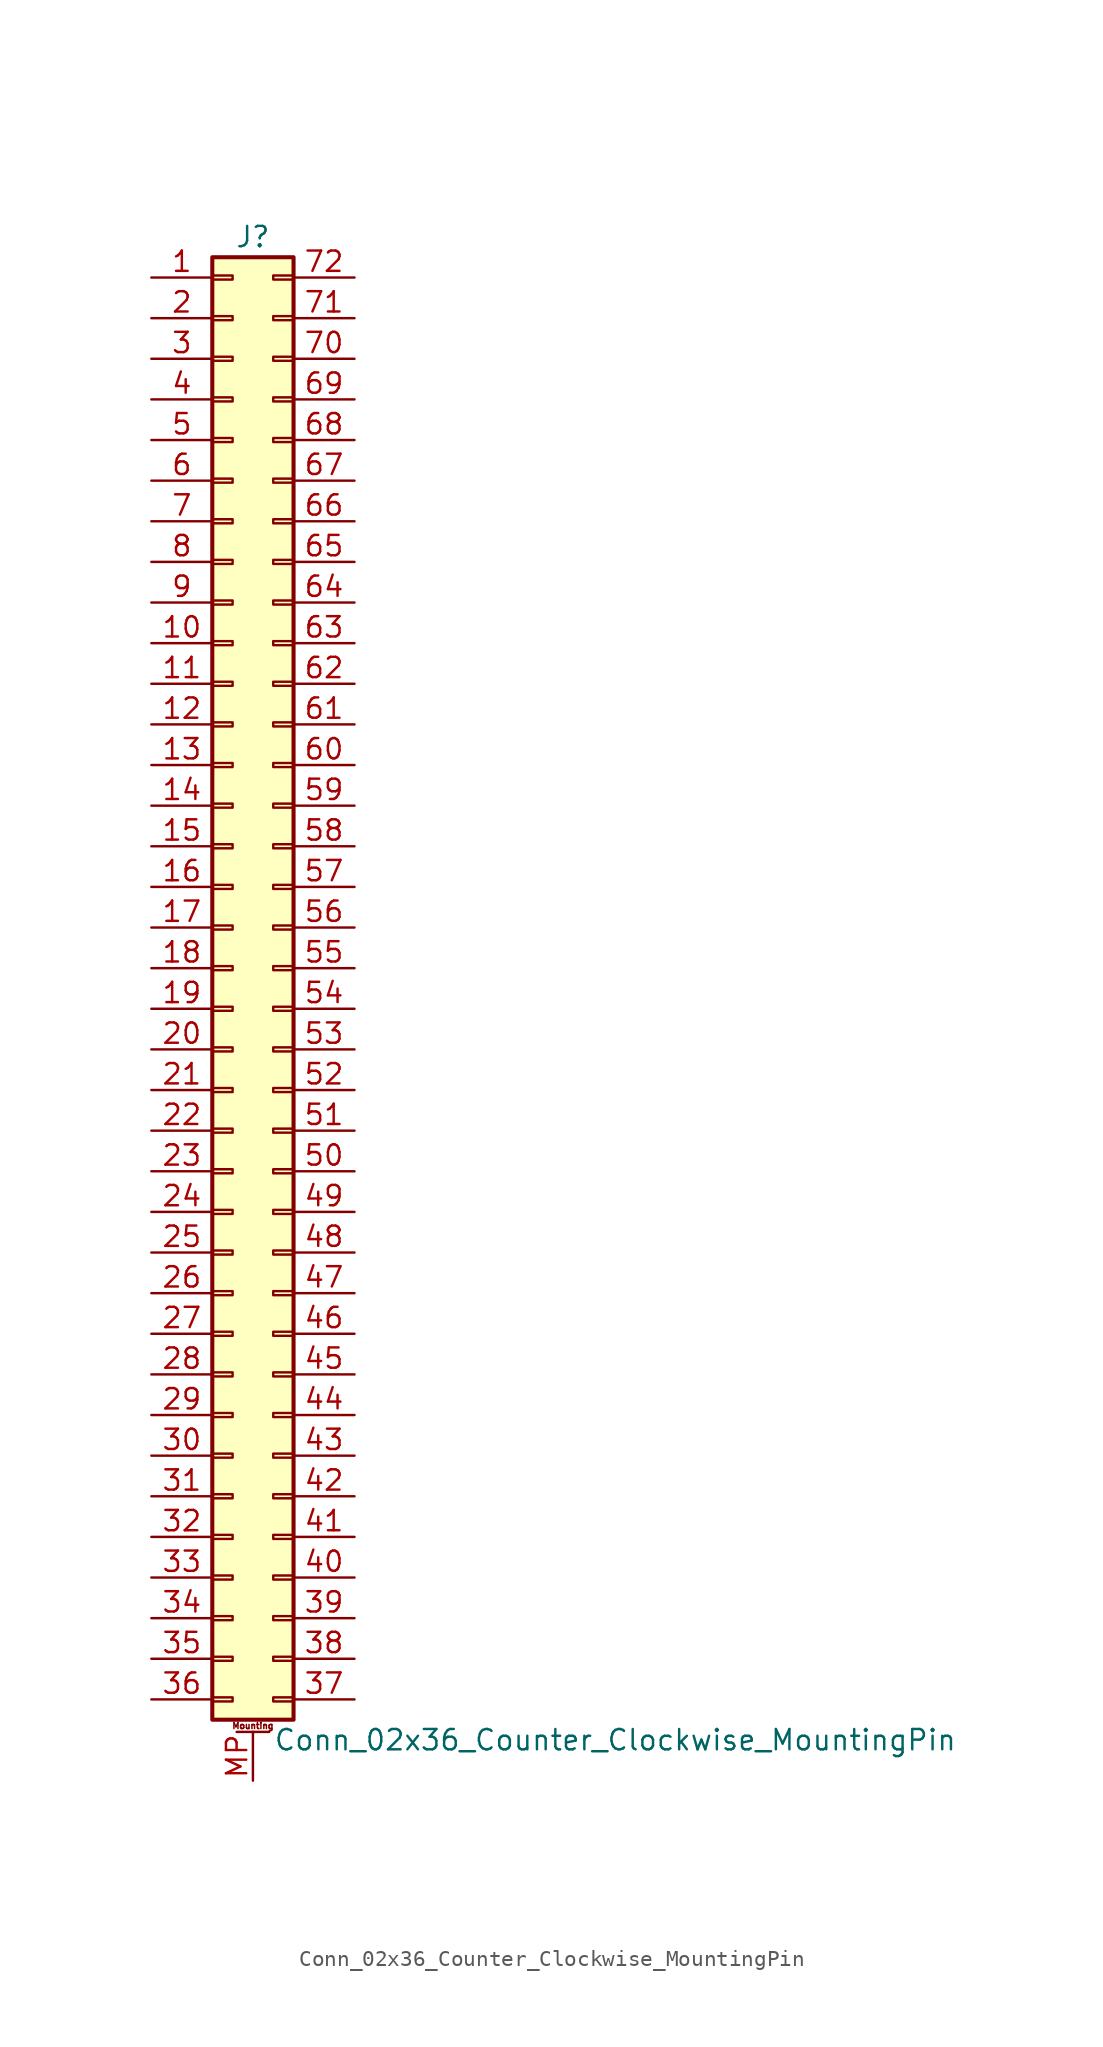
<source format=kicad_sym>
(kicad_symbol_lib
  (version 20220914)
  (generator kicad_symbol_editor)
  (symbol "Conn_02x36_Counter_Clockwise_MountingPin"
    (pin_names
      (offset 1.016) hide)
    (property "Reference" "J"
      (at 1.27 45.72 0)
      (effects (font (size 1.27 1.27))))
    (property "Value" "Conn_02x36_Counter_Clockwise_MountingPin"
      (at 2.54 -48.26 0)
      (effects (font (size 1.27 1.27)) (justify left)))
    (symbol "Conn_02x36_Counter_Clockwise_MountingPin_1_1"
      (rectangle (start -1.27 -45.593) (end 0 -45.847) (stroke (width 0.152) (type default)) (fill (type none)))
      (rectangle (start -1.27 -43.053) (end 0 -43.307) (stroke (width 0.152) (type default)) (fill (type none)))
      (rectangle (start -1.27 -40.513) (end 0 -40.767) (stroke (width 0.152) (type default)) (fill (type none)))
      (rectangle (start -1.27 -37.973) (end 0 -38.227) (stroke (width 0.152) (type default)) (fill (type none)))
      (rectangle (start -1.27 -35.433) (end 0 -35.687) (stroke (width 0.152) (type default)) (fill (type none)))
      (rectangle (start -1.27 -32.893) (end 0 -33.147) (stroke (width 0.152) (type default)) (fill (type none)))
      (rectangle (start -1.27 -30.353) (end 0 -30.607) (stroke (width 0.152) (type default)) (fill (type none)))
      (rectangle (start -1.27 -27.813) (end 0 -28.067) (stroke (width 0.152) (type default)) (fill (type none)))
      (rectangle (start -1.27 -25.273) (end 0 -25.527) (stroke (width 0.152) (type default)) (fill (type none)))
      (rectangle (start -1.27 -22.733) (end 0 -22.987) (stroke (width 0.152) (type default)) (fill (type none)))
      (rectangle (start -1.27 -20.193) (end 0 -20.447) (stroke (width 0.152) (type default)) (fill (type none)))
      (rectangle (start -1.27 -17.653) (end 0 -17.907) (stroke (width 0.152) (type default)) (fill (type none)))
      (rectangle (start -1.27 -15.113) (end 0 -15.367) (stroke (width 0.152) (type default)) (fill (type none)))
      (rectangle (start -1.27 -12.573) (end 0 -12.827) (stroke (width 0.152) (type default)) (fill (type none)))
      (rectangle (start -1.27 -10.033) (end 0 -10.287) (stroke (width 0.152) (type default)) (fill (type none)))
      (rectangle (start -1.27 -7.493) (end 0 -7.747) (stroke (width 0.152) (type default)) (fill (type none)))
      (rectangle (start -1.27 -4.953) (end 0 -5.207) (stroke (width 0.152) (type default)) (fill (type none)))
      (rectangle (start -1.27 -2.413) (end 0 -2.667) (stroke (width 0.152) (type default)) (fill (type none)))
      (rectangle (start -1.27 0.127) (end 0 -0.127) (stroke (width 0.152) (type default)) (fill (type none)))
      (rectangle (start -1.27 2.667) (end 0 2.413) (stroke (width 0.152) (type default)) (fill (type none)))
      (rectangle (start -1.27 5.207) (end 0 4.953) (stroke (width 0.152) (type default)) (fill (type none)))
      (rectangle (start -1.27 7.747) (end 0 7.493) (stroke (width 0.152) (type default)) (fill (type none)))
      (rectangle (start -1.27 10.287) (end 0 10.033) (stroke (width 0.152) (type default)) (fill (type none)))
      (rectangle (start -1.27 12.827) (end 0 12.573) (stroke (width 0.152) (type default)) (fill (type none)))
      (rectangle (start -1.27 15.367) (end 0 15.113) (stroke (width 0.152) (type default)) (fill (type none)))
      (rectangle (start -1.27 17.907) (end 0 17.653) (stroke (width 0.152) (type default)) (fill (type none)))
      (rectangle (start -1.27 20.447) (end 0 20.193) (stroke (width 0.152) (type default)) (fill (type none)))
      (rectangle (start -1.27 22.987) (end 0 22.733) (stroke (width 0.152) (type default)) (fill (type none)))
      (rectangle (start -1.27 25.527) (end 0 25.273) (stroke (width 0.152) (type default)) (fill (type none)))
      (rectangle (start -1.27 28.067) (end 0 27.813) (stroke (width 0.152) (type default)) (fill (type none)))
      (rectangle (start -1.27 30.607) (end 0 30.353) (stroke (width 0.152) (type default)) (fill (type none)))
      (rectangle (start -1.27 33.147) (end 0 32.893) (stroke (width 0.152) (type default)) (fill (type none)))
      (rectangle (start -1.27 35.687) (end 0 35.433) (stroke (width 0.152) (type default)) (fill (type none)))
      (rectangle (start -1.27 38.227) (end 0 37.973) (stroke (width 0.152) (type default)) (fill (type none)))
      (rectangle (start -1.27 40.767) (end 0 40.513) (stroke (width 0.152) (type default)) (fill (type none)))
      (rectangle (start -1.27 43.307) (end 0 43.053) (stroke (width 0.152) (type default)) (fill (type none)))
      (rectangle (start -1.27 44.45) (end 3.81 -46.99) (stroke (width 0.254) (type default)) (fill (type background)))
      (polyline (pts (xy 0.254 -47.752) (xy 2.286 -47.752)) (stroke (width 0.152) (type default)) (fill (type none)))
      (rectangle (start 3.81 -45.593) (end 2.54 -45.847) (stroke (width 0.152) (type default)) (fill (type none)))
      (rectangle (start 3.81 -43.053) (end 2.54 -43.307) (stroke (width 0.152) (type default)) (fill (type none)))
      (rectangle (start 3.81 -40.513) (end 2.54 -40.767) (stroke (width 0.152) (type default)) (fill (type none)))
      (rectangle (start 3.81 -37.973) (end 2.54 -38.227) (stroke (width 0.152) (type default)) (fill (type none)))
      (rectangle (start 3.81 -35.433) (end 2.54 -35.687) (stroke (width 0.152) (type default)) (fill (type none)))
      (rectangle (start 3.81 -32.893) (end 2.54 -33.147) (stroke (width 0.152) (type default)) (fill (type none)))
      (rectangle (start 3.81 -30.353) (end 2.54 -30.607) (stroke (width 0.152) (type default)) (fill (type none)))
      (rectangle (start 3.81 -27.813) (end 2.54 -28.067) (stroke (width 0.152) (type default)) (fill (type none)))
      (rectangle (start 3.81 -25.273) (end 2.54 -25.527) (stroke (width 0.152) (type default)) (fill (type none)))
      (rectangle (start 3.81 -22.733) (end 2.54 -22.987) (stroke (width 0.152) (type default)) (fill (type none)))
      (rectangle (start 3.81 -20.193) (end 2.54 -20.447) (stroke (width 0.152) (type default)) (fill (type none)))
      (rectangle (start 3.81 -17.653) (end 2.54 -17.907) (stroke (width 0.152) (type default)) (fill (type none)))
      (rectangle (start 3.81 -15.113) (end 2.54 -15.367) (stroke (width 0.152) (type default)) (fill (type none)))
      (rectangle (start 3.81 -12.573) (end 2.54 -12.827) (stroke (width 0.152) (type default)) (fill (type none)))
      (rectangle (start 3.81 -10.033) (end 2.54 -10.287) (stroke (width 0.152) (type default)) (fill (type none)))
      (rectangle (start 3.81 -7.493) (end 2.54 -7.747) (stroke (width 0.152) (type default)) (fill (type none)))
      (rectangle (start 3.81 -4.953) (end 2.54 -5.207) (stroke (width 0.152) (type default)) (fill (type none)))
      (rectangle (start 3.81 -2.413) (end 2.54 -2.667) (stroke (width 0.152) (type default)) (fill (type none)))
      (rectangle (start 3.81 0.127) (end 2.54 -0.127) (stroke (width 0.152) (type default)) (fill (type none)))
      (rectangle (start 3.81 2.667) (end 2.54 2.413) (stroke (width 0.152) (type default)) (fill (type none)))
      (rectangle (start 3.81 5.207) (end 2.54 4.953) (stroke (width 0.152) (type default)) (fill (type none)))
      (rectangle (start 3.81 7.747) (end 2.54 7.493) (stroke (width 0.152) (type default)) (fill (type none)))
      (rectangle (start 3.81 10.287) (end 2.54 10.033) (stroke (width 0.152) (type default)) (fill (type none)))
      (rectangle (start 3.81 12.827) (end 2.54 12.573) (stroke (width 0.152) (type default)) (fill (type none)))
      (rectangle (start 3.81 15.367) (end 2.54 15.113) (stroke (width 0.152) (type default)) (fill (type none)))
      (rectangle (start 3.81 17.907) (end 2.54 17.653) (stroke (width 0.152) (type default)) (fill (type none)))
      (rectangle (start 3.81 20.447) (end 2.54 20.193) (stroke (width 0.152) (type default)) (fill (type none)))
      (rectangle (start 3.81 22.987) (end 2.54 22.733) (stroke (width 0.152) (type default)) (fill (type none)))
      (rectangle (start 3.81 25.527) (end 2.54 25.273) (stroke (width 0.152) (type default)) (fill (type none)))
      (rectangle (start 3.81 28.067) (end 2.54 27.813) (stroke (width 0.152) (type default)) (fill (type none)))
      (rectangle (start 3.81 30.607) (end 2.54 30.353) (stroke (width 0.152) (type default)) (fill (type none)))
      (rectangle (start 3.81 33.147) (end 2.54 32.893) (stroke (width 0.152) (type default)) (fill (type none)))
      (rectangle (start 3.81 35.687) (end 2.54 35.433) (stroke (width 0.152) (type default)) (fill (type none)))
      (rectangle (start 3.81 38.227) (end 2.54 37.973) (stroke (width 0.152) (type default)) (fill (type none)))
      (rectangle (start 3.81 40.767) (end 2.54 40.513) (stroke (width 0.152) (type default)) (fill (type none)))
      (rectangle (start 3.81 43.307) (end 2.54 43.053) (stroke (width 0.152) (type default)) (fill (type none)))
      (text "Mounting" (at 1.27 -47.371 0) (effects (font (size 0.381 0.381))))
      (pin passive line (at -5.08 43.18 0) (length 3.81) (name "Pin_1" (effects (font (size 1.27 1.27)))) (number "1" (effects (font (size 1.27 1.27)))))
      (pin passive line (at -5.08 20.32 0) (length 3.81) (name "Pin_10" (effects (font (size 1.27 1.27)))) (number "10" (effects (font (size 1.27 1.27)))))
      (pin passive line (at -5.08 17.78 0) (length 3.81) (name "Pin_11" (effects (font (size 1.27 1.27)))) (number "11" (effects (font (size 1.27 1.27)))))
      (pin passive line (at -5.08 15.24 0) (length 3.81) (name "Pin_12" (effects (font (size 1.27 1.27)))) (number "12" (effects (font (size 1.27 1.27)))))
      (pin passive line (at -5.08 12.7 0) (length 3.81) (name "Pin_13" (effects (font (size 1.27 1.27)))) (number "13" (effects (font (size 1.27 1.27)))))
      (pin passive line (at -5.08 10.16 0) (length 3.81) (name "Pin_14" (effects (font (size 1.27 1.27)))) (number "14" (effects (font (size 1.27 1.27)))))
      (pin passive line (at -5.08 7.62 0) (length 3.81) (name "Pin_15" (effects (font (size 1.27 1.27)))) (number "15" (effects (font (size 1.27 1.27)))))
      (pin passive line (at -5.08 5.08 0) (length 3.81) (name "Pin_16" (effects (font (size 1.27 1.27)))) (number "16" (effects (font (size 1.27 1.27)))))
      (pin passive line (at -5.08 2.54 0) (length 3.81) (name "Pin_17" (effects (font (size 1.27 1.27)))) (number "17" (effects (font (size 1.27 1.27)))))
      (pin passive line (at -5.08 0 0) (length 3.81) (name "Pin_18" (effects (font (size 1.27 1.27)))) (number "18" (effects (font (size 1.27 1.27)))))
      (pin passive line (at -5.08 -2.54 0) (length 3.81) (name "Pin_19" (effects (font (size 1.27 1.27)))) (number "19" (effects (font (size 1.27 1.27)))))
      (pin passive line (at -5.08 40.64 0) (length 3.81) (name "Pin_2" (effects (font (size 1.27 1.27)))) (number "2" (effects (font (size 1.27 1.27)))))
      (pin passive line (at -5.08 -5.08 0) (length 3.81) (name "Pin_20" (effects (font (size 1.27 1.27)))) (number "20" (effects (font (size 1.27 1.27)))))
      (pin passive line (at -5.08 -7.62 0) (length 3.81) (name "Pin_21" (effects (font (size 1.27 1.27)))) (number "21" (effects (font (size 1.27 1.27)))))
      (pin passive line (at -5.08 -10.16 0) (length 3.81) (name "Pin_22" (effects (font (size 1.27 1.27)))) (number "22" (effects (font (size 1.27 1.27)))))
      (pin passive line (at -5.08 -12.7 0) (length 3.81) (name "Pin_23" (effects (font (size 1.27 1.27)))) (number "23" (effects (font (size 1.27 1.27)))))
      (pin passive line (at -5.08 -15.24 0) (length 3.81) (name "Pin_24" (effects (font (size 1.27 1.27)))) (number "24" (effects (font (size 1.27 1.27)))))
      (pin passive line (at -5.08 -17.78 0) (length 3.81) (name "Pin_25" (effects (font (size 1.27 1.27)))) (number "25" (effects (font (size 1.27 1.27)))))
      (pin passive line (at -5.08 -20.32 0) (length 3.81) (name "Pin_26" (effects (font (size 1.27 1.27)))) (number "26" (effects (font (size 1.27 1.27)))))
      (pin passive line (at -5.08 -22.86 0) (length 3.81) (name "Pin_27" (effects (font (size 1.27 1.27)))) (number "27" (effects (font (size 1.27 1.27)))))
      (pin passive line (at -5.08 -25.4 0) (length 3.81) (name "Pin_28" (effects (font (size 1.27 1.27)))) (number "28" (effects (font (size 1.27 1.27)))))
      (pin passive line (at -5.08 -27.94 0) (length 3.81) (name "Pin_29" (effects (font (size 1.27 1.27)))) (number "29" (effects (font (size 1.27 1.27)))))
      (pin passive line (at -5.08 38.1 0) (length 3.81) (name "Pin_3" (effects (font (size 1.27 1.27)))) (number "3" (effects (font (size 1.27 1.27)))))
      (pin passive line (at -5.08 -30.48 0) (length 3.81) (name "Pin_30" (effects (font (size 1.27 1.27)))) (number "30" (effects (font (size 1.27 1.27)))))
      (pin passive line (at -5.08 -33.02 0) (length 3.81) (name "Pin_31" (effects (font (size 1.27 1.27)))) (number "31" (effects (font (size 1.27 1.27)))))
      (pin passive line (at -5.08 -35.56 0) (length 3.81) (name "Pin_32" (effects (font (size 1.27 1.27)))) (number "32" (effects (font (size 1.27 1.27)))))
      (pin passive line (at -5.08 -38.1 0) (length 3.81) (name "Pin_33" (effects (font (size 1.27 1.27)))) (number "33" (effects (font (size 1.27 1.27)))))
      (pin passive line (at -5.08 -40.64 0) (length 3.81) (name "Pin_34" (effects (font (size 1.27 1.27)))) (number "34" (effects (font (size 1.27 1.27)))))
      (pin passive line (at -5.08 -43.18 0) (length 3.81) (name "Pin_35" (effects (font (size 1.27 1.27)))) (number "35" (effects (font (size 1.27 1.27)))))
      (pin passive line (at -5.08 -45.72 0) (length 3.81) (name "Pin_36" (effects (font (size 1.27 1.27)))) (number "36" (effects (font (size 1.27 1.27)))))
      (pin passive line (at 7.62 -45.72 180) (length 3.81) (name "Pin_37" (effects (font (size 1.27 1.27)))) (number "37" (effects (font (size 1.27 1.27)))))
      (pin passive line (at 7.62 -43.18 180) (length 3.81) (name "Pin_38" (effects (font (size 1.27 1.27)))) (number "38" (effects (font (size 1.27 1.27)))))
      (pin passive line (at 7.62 -40.64 180) (length 3.81) (name "Pin_39" (effects (font (size 1.27 1.27)))) (number "39" (effects (font (size 1.27 1.27)))))
      (pin passive line (at -5.08 35.56 0) (length 3.81) (name "Pin_4" (effects (font (size 1.27 1.27)))) (number "4" (effects (font (size 1.27 1.27)))))
      (pin passive line (at 7.62 -38.1 180) (length 3.81) (name "Pin_40" (effects (font (size 1.27 1.27)))) (number "40" (effects (font (size 1.27 1.27)))))
      (pin passive line (at 7.62 -35.56 180) (length 3.81) (name "Pin_41" (effects (font (size 1.27 1.27)))) (number "41" (effects (font (size 1.27 1.27)))))
      (pin passive line (at 7.62 -33.02 180) (length 3.81) (name "Pin_42" (effects (font (size 1.27 1.27)))) (number "42" (effects (font (size 1.27 1.27)))))
      (pin passive line (at 7.62 -30.48 180) (length 3.81) (name "Pin_43" (effects (font (size 1.27 1.27)))) (number "43" (effects (font (size 1.27 1.27)))))
      (pin passive line (at 7.62 -27.94 180) (length 3.81) (name "Pin_44" (effects (font (size 1.27 1.27)))) (number "44" (effects (font (size 1.27 1.27)))))
      (pin passive line (at 7.62 -25.4 180) (length 3.81) (name "Pin_45" (effects (font (size 1.27 1.27)))) (number "45" (effects (font (size 1.27 1.27)))))
      (pin passive line (at 7.62 -22.86 180) (length 3.81) (name "Pin_46" (effects (font (size 1.27 1.27)))) (number "46" (effects (font (size 1.27 1.27)))))
      (pin passive line (at 7.62 -20.32 180) (length 3.81) (name "Pin_47" (effects (font (size 1.27 1.27)))) (number "47" (effects (font (size 1.27 1.27)))))
      (pin passive line (at 7.62 -17.78 180) (length 3.81) (name "Pin_48" (effects (font (size 1.27 1.27)))) (number "48" (effects (font (size 1.27 1.27)))))
      (pin passive line (at 7.62 -15.24 180) (length 3.81) (name "Pin_49" (effects (font (size 1.27 1.27)))) (number "49" (effects (font (size 1.27 1.27)))))
      (pin passive line (at -5.08 33.02 0) (length 3.81) (name "Pin_5" (effects (font (size 1.27 1.27)))) (number "5" (effects (font (size 1.27 1.27)))))
      (pin passive line (at 7.62 -12.7 180) (length 3.81) (name "Pin_50" (effects (font (size 1.27 1.27)))) (number "50" (effects (font (size 1.27 1.27)))))
      (pin passive line (at 7.62 -10.16 180) (length 3.81) (name "Pin_51" (effects (font (size 1.27 1.27)))) (number "51" (effects (font (size 1.27 1.27)))))
      (pin passive line (at 7.62 -7.62 180) (length 3.81) (name "Pin_52" (effects (font (size 1.27 1.27)))) (number "52" (effects (font (size 1.27 1.27)))))
      (pin passive line (at 7.62 -5.08 180) (length 3.81) (name "Pin_53" (effects (font (size 1.27 1.27)))) (number "53" (effects (font (size 1.27 1.27)))))
      (pin passive line (at 7.62 -2.54 180) (length 3.81) (name "Pin_54" (effects (font (size 1.27 1.27)))) (number "54" (effects (font (size 1.27 1.27)))))
      (pin passive line (at 7.62 0 180) (length 3.81) (name "Pin_55" (effects (font (size 1.27 1.27)))) (number "55" (effects (font (size 1.27 1.27)))))
      (pin passive line (at 7.62 2.54 180) (length 3.81) (name "Pin_56" (effects (font (size 1.27 1.27)))) (number "56" (effects (font (size 1.27 1.27)))))
      (pin passive line (at 7.62 5.08 180) (length 3.81) (name "Pin_57" (effects (font (size 1.27 1.27)))) (number "57" (effects (font (size 1.27 1.27)))))
      (pin passive line (at 7.62 7.62 180) (length 3.81) (name "Pin_58" (effects (font (size 1.27 1.27)))) (number "58" (effects (font (size 1.27 1.27)))))
      (pin passive line (at 7.62 10.16 180) (length 3.81) (name "Pin_59" (effects (font (size 1.27 1.27)))) (number "59" (effects (font (size 1.27 1.27)))))
      (pin passive line (at -5.08 30.48 0) (length 3.81) (name "Pin_6" (effects (font (size 1.27 1.27)))) (number "6" (effects (font (size 1.27 1.27)))))
      (pin passive line (at 7.62 12.7 180) (length 3.81) (name "Pin_60" (effects (font (size 1.27 1.27)))) (number "60" (effects (font (size 1.27 1.27)))))
      (pin passive line (at 7.62 15.24 180) (length 3.81) (name "Pin_61" (effects (font (size 1.27 1.27)))) (number "61" (effects (font (size 1.27 1.27)))))
      (pin passive line (at 7.62 17.78 180) (length 3.81) (name "Pin_62" (effects (font (size 1.27 1.27)))) (number "62" (effects (font (size 1.27 1.27)))))
      (pin passive line (at 7.62 20.32 180) (length 3.81) (name "Pin_63" (effects (font (size 1.27 1.27)))) (number "63" (effects (font (size 1.27 1.27)))))
      (pin passive line (at 7.62 22.86 180) (length 3.81) (name "Pin_64" (effects (font (size 1.27 1.27)))) (number "64" (effects (font (size 1.27 1.27)))))
      (pin passive line (at 7.62 25.4 180) (length 3.81) (name "Pin_65" (effects (font (size 1.27 1.27)))) (number "65" (effects (font (size 1.27 1.27)))))
      (pin passive line (at 7.62 27.94 180) (length 3.81) (name "Pin_66" (effects (font (size 1.27 1.27)))) (number "66" (effects (font (size 1.27 1.27)))))
      (pin passive line (at 7.62 30.48 180) (length 3.81) (name "Pin_67" (effects (font (size 1.27 1.27)))) (number "67" (effects (font (size 1.27 1.27)))))
      (pin passive line (at 7.62 33.02 180) (length 3.81) (name "Pin_68" (effects (font (size 1.27 1.27)))) (number "68" (effects (font (size 1.27 1.27)))))
      (pin passive line (at 7.62 35.56 180) (length 3.81) (name "Pin_69" (effects (font (size 1.27 1.27)))) (number "69" (effects (font (size 1.27 1.27)))))
      (pin passive line (at -5.08 27.94 0) (length 3.81) (name "Pin_7" (effects (font (size 1.27 1.27)))) (number "7" (effects (font (size 1.27 1.27)))))
      (pin passive line (at 7.62 38.1 180) (length 3.81) (name "Pin_70" (effects (font (size 1.27 1.27)))) (number "70" (effects (font (size 1.27 1.27)))))
      (pin passive line (at 7.62 40.64 180) (length 3.81) (name "Pin_71" (effects (font (size 1.27 1.27)))) (number "71" (effects (font (size 1.27 1.27)))))
      (pin passive line (at 7.62 43.18 180) (length 3.81) (name "Pin_72" (effects (font (size 1.27 1.27)))) (number "72" (effects (font (size 1.27 1.27)))))
      (pin passive line (at -5.08 25.4 0) (length 3.81) (name "Pin_8" (effects (font (size 1.27 1.27)))) (number "8" (effects (font (size 1.27 1.27)))))
      (pin passive line (at -5.08 22.86 0) (length 3.81) (name "Pin_9" (effects (font (size 1.27 1.27)))) (number "9" (effects (font (size 1.27 1.27)))))
      (pin passive line (at 1.27 -50.8 90) (length 3.048) (name "MountPin" (effects (font (size 1.27 1.27)))) (number "MP" (effects (font (size 1.27 1.27))))))))
</source>
